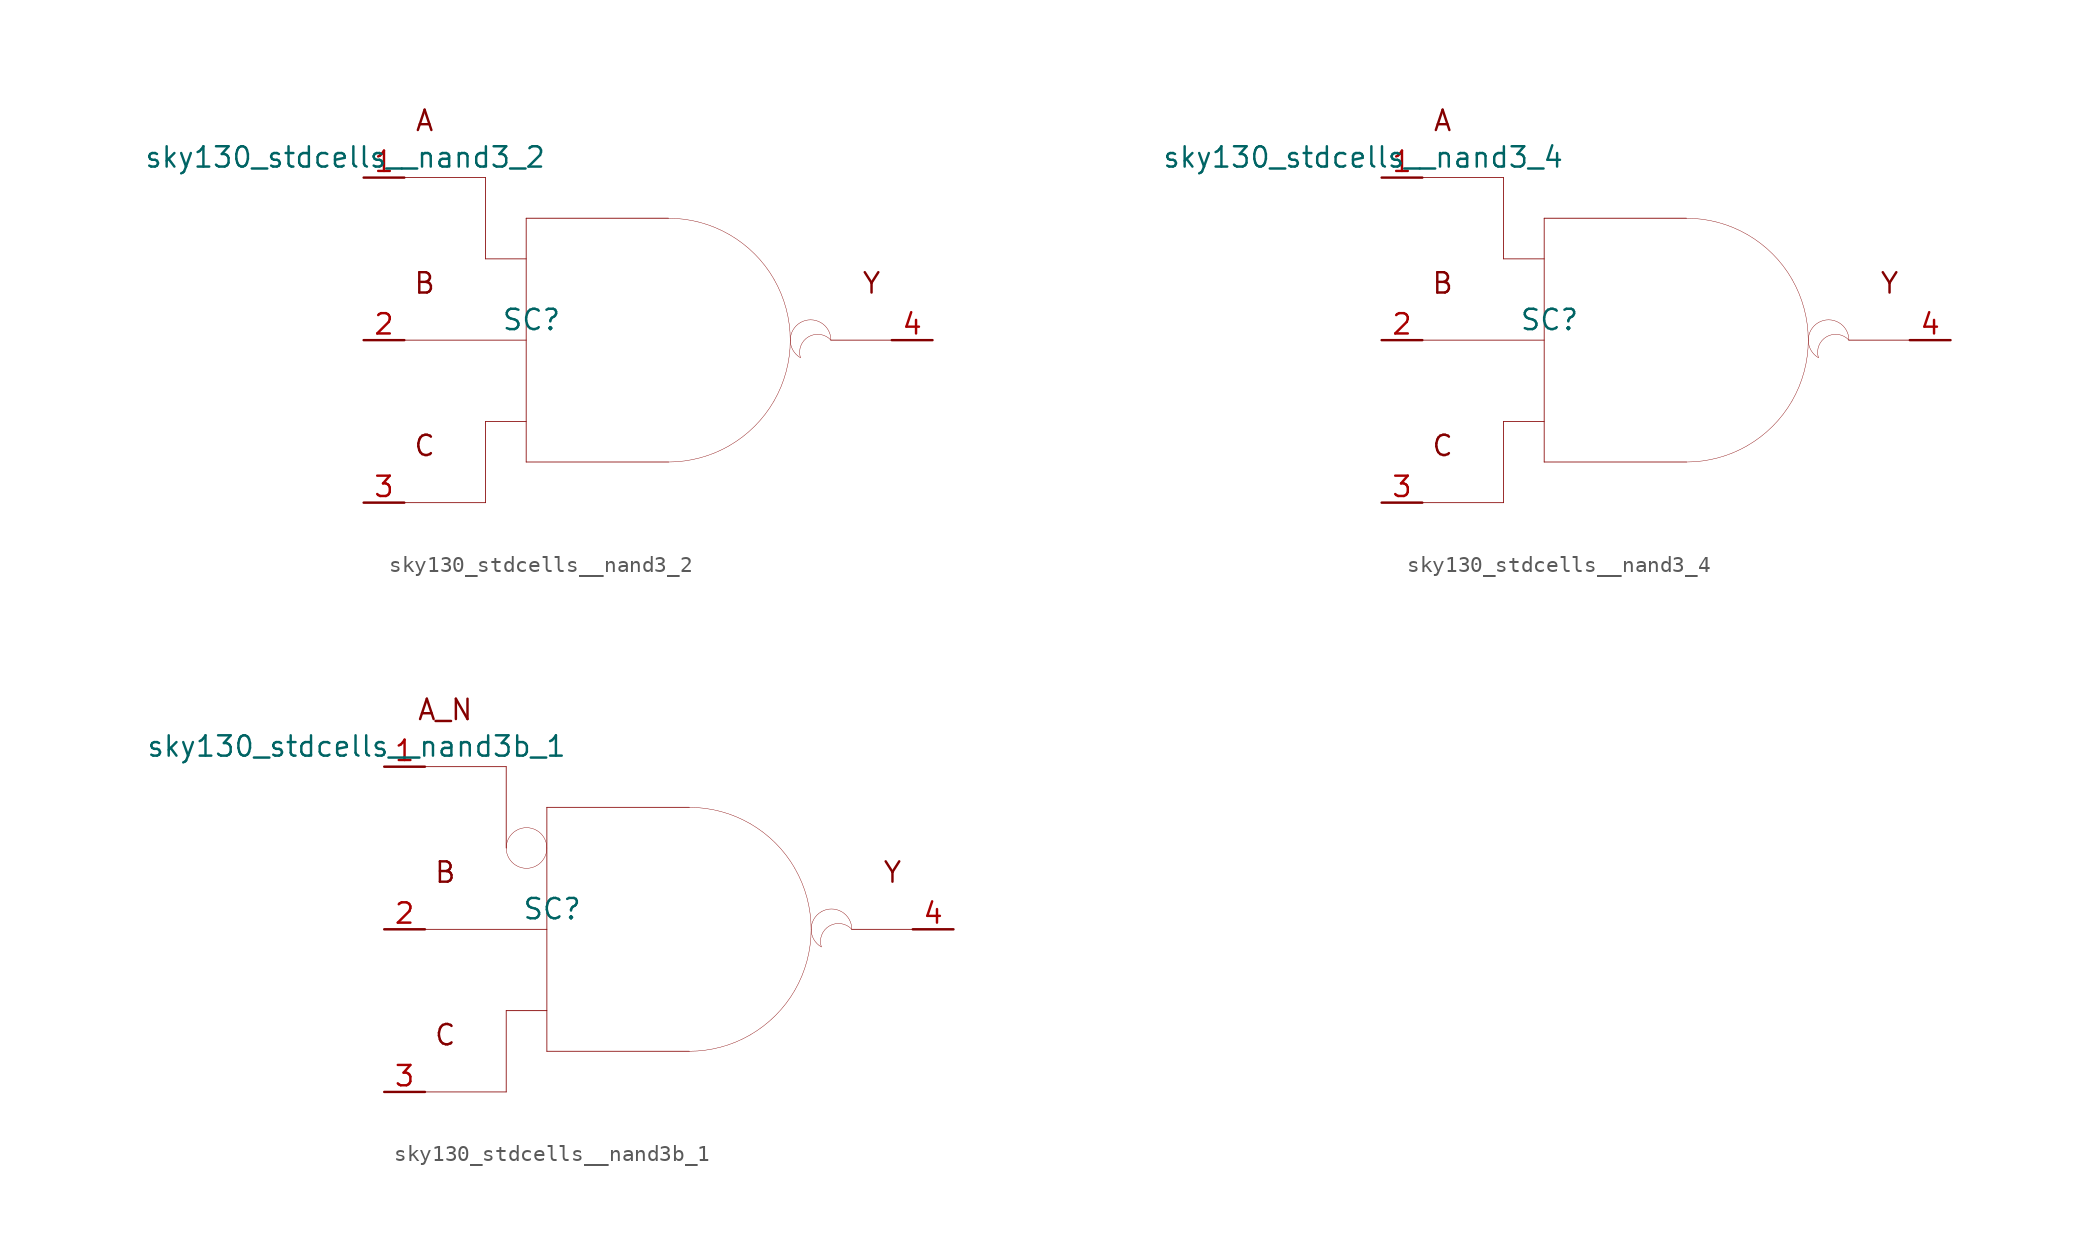
<source format=kicad_sym>
(kicad_symbol_lib
  (version 20211014)
  (generator kicad_symbol_editor)
  (symbol "sky130_stdcells__nand3_2"
    (pin_names hide)
    (property "Reference" "SC"
      (at -7.29 1.27 0)
      (effects (font (size 1.27 1.27))))
    (property "Value" "sky130_stdcells__nand3_2"
      (at -6.35 11.43 0)
      (effects (font (size 1.27 1.27)) (justify right)))
    (symbol "sky130_stdcells__nand3_2_0_0"
      (polyline (pts (xy -15.24 -10.16) (xy -10.16 -10.16)) (stroke (width 0.051) (type default) (color 0 0 0 0)) (fill (type none)))
      (polyline (pts (xy -15.24 0) (xy -7.62 0)) (stroke (width 0.051) (type default) (color 0 0 0 0)) (fill (type none)))
      (polyline (pts (xy -15.24 10.16) (xy -10.16 10.16)) (stroke (width 0.051) (type default) (color 0 0 0 0)) (fill (type none)))
      (polyline (pts (xy -10.16 -5.08) (xy -10.16 -10.16)) (stroke (width 0.051) (type default) (color 0 0 0 0)) (fill (type none)))
      (polyline (pts (xy -10.16 -5.08) (xy -7.62 -5.08)) (stroke (width 0.051) (type default) (color 0 0 0 0)) (fill (type none)))
      (polyline (pts (xy -10.16 5.08) (xy -7.62 5.08)) (stroke (width 0.051) (type default) (color 0 0 0 0)) (fill (type none)))
      (polyline (pts (xy -10.16 10.16) (xy -10.16 5.08)) (stroke (width 0.051) (type default) (color 0 0 0 0)) (fill (type none)))
      (polyline (pts (xy -7.62 -7.62) (xy 1.27 -7.62)) (stroke (width 0.051) (type default) (color 0 0 0 0)) (fill (type none)))
      (polyline (pts (xy -7.62 7.62) (xy -7.62 -7.62)) (stroke (width 0.051) (type default) (color 0 0 0 0)) (fill (type none)))
      (polyline (pts (xy -7.62 7.62) (xy 1.27 7.62)) (stroke (width 0.051) (type default) (color 0 0 0 0)) (fill (type none)))
      (polyline (pts (xy 11.43 0) (xy 15.24 0)) (stroke (width 0.051) (type default) (color 0 0 0 0)) (fill (type none)))
      (arc (start 1.27 -7.62) (mid 3.2422 -7.3604) (end 5.08 -6.5991) (stroke (width 0.0254) (type default) (color 0 0 0 0)) (fill (type none)))
      (arc (start 5.08 -6.5991) (mid 6.6581 -5.3881) (end 7.8691 -3.81) (stroke (width 0.0254) (type default) (color 0 0 0 0)) (fill (type none)))
      (arc (start 5.08 6.5991) (mid 3.2422 7.3603) (end 1.27 7.62) (stroke (width 0.0254) (type default) (color 0 0 0 0)) (fill (type none)))
      (arc (start 7.8691 -3.81) (mid 8.6303 -1.9722) (end 8.89 0) (stroke (width 0.0254) (type default) (color 0 0 0 0)) (fill (type none)))
      (arc (start 7.8691 3.81) (mid 6.6581 5.3881) (end 5.08 6.5991) (stroke (width 0.0254) (type default) (color 0 0 0 0)) (fill (type none)))
      (arc (start 8.89 0) (mid 8.6304 1.9722) (end 7.8691 3.81) (stroke (width 0.0254) (type default) (color 0 0 0 0)) (fill (type none)))
      (arc (start 9.525 1.0999) (mid 8.89 0) (end 9.525 -1.0999) (stroke (width 0.0254) (type default) (color 0 0 0 0)) (fill (type none)))
      (arc (start 11.43 0) (mid 9.5731 0.4743) (end 9.525 -1.0999) (stroke (width 0.0254) (type default) (color 0 0 0 0)) (fill (type none)))
      (arc (start 11.43 0) (mid 10.795 1.0998) (end 9.525 1.0999) (stroke (width 0.0254) (type default) (color 0 0 0 0)) (fill (type none)))
      (text "A" (at -13.97 13.716 0) (effects (font (size 1.27 1.27))))
      (text "B" (at -13.97 3.556 0) (effects (font (size 1.27 1.27))))
      (text "C" (at -13.97 -6.604 0) (effects (font (size 1.27 1.27))))
      (text "Y" (at 13.97 3.556 0) (effects (font (size 1.27 1.27)))))
    (symbol "sky130_stdcells__nand3_2_1_1"
      (pin input line (at -17.78 10.16 0) (length 2.54) (name "A" (effects (font (size 1.092 1.092)))) (number "1" (effects (font (size 1.27 1.27)))))
      (pin input line (at -17.78 0 0) (length 2.54) (name "B" (effects (font (size 1.092 1.092)))) (number "2" (effects (font (size 1.27 1.27)))))
      (pin input line (at -17.78 -10.16 0) (length 2.54) (name "C" (effects (font (size 1.092 1.092)))) (number "3" (effects (font (size 1.27 1.27)))))
      (pin output line (at 17.78 0 180) (length 2.54) (name "Y" (effects (font (size 1.092 1.092)))) (number "4" (effects (font (size 1.27 1.27)))))))
  (symbol "sky130_stdcells__nand3_4"
    (pin_names hide)
    (property "Reference" "SC"
      (at -7.29 1.27 0)
      (effects (font (size 1.27 1.27))))
    (property "Value" "sky130_stdcells__nand3_4"
      (at -6.35 11.43 0)
      (effects (font (size 1.27 1.27)) (justify right)))
    (symbol "sky130_stdcells__nand3_4_0_0"
      (polyline (pts (xy -15.24 -10.16) (xy -10.16 -10.16)) (stroke (width 0.051) (type default) (color 0 0 0 0)) (fill (type none)))
      (polyline (pts (xy -15.24 0) (xy -7.62 0)) (stroke (width 0.051) (type default) (color 0 0 0 0)) (fill (type none)))
      (polyline (pts (xy -15.24 10.16) (xy -10.16 10.16)) (stroke (width 0.051) (type default) (color 0 0 0 0)) (fill (type none)))
      (polyline (pts (xy -10.16 -5.08) (xy -10.16 -10.16)) (stroke (width 0.051) (type default) (color 0 0 0 0)) (fill (type none)))
      (polyline (pts (xy -10.16 -5.08) (xy -7.62 -5.08)) (stroke (width 0.051) (type default) (color 0 0 0 0)) (fill (type none)))
      (polyline (pts (xy -10.16 5.08) (xy -7.62 5.08)) (stroke (width 0.051) (type default) (color 0 0 0 0)) (fill (type none)))
      (polyline (pts (xy -10.16 10.16) (xy -10.16 5.08)) (stroke (width 0.051) (type default) (color 0 0 0 0)) (fill (type none)))
      (polyline (pts (xy -7.62 -7.62) (xy 1.27 -7.62)) (stroke (width 0.051) (type default) (color 0 0 0 0)) (fill (type none)))
      (polyline (pts (xy -7.62 7.62) (xy -7.62 -7.62)) (stroke (width 0.051) (type default) (color 0 0 0 0)) (fill (type none)))
      (polyline (pts (xy -7.62 7.62) (xy 1.27 7.62)) (stroke (width 0.051) (type default) (color 0 0 0 0)) (fill (type none)))
      (polyline (pts (xy 11.43 0) (xy 15.24 0)) (stroke (width 0.051) (type default) (color 0 0 0 0)) (fill (type none)))
      (arc (start 1.27 -7.62) (mid 3.2422 -7.3604) (end 5.08 -6.5991) (stroke (width 0.0254) (type default) (color 0 0 0 0)) (fill (type none)))
      (arc (start 5.08 -6.5991) (mid 6.6581 -5.3881) (end 7.8691 -3.81) (stroke (width 0.0254) (type default) (color 0 0 0 0)) (fill (type none)))
      (arc (start 5.08 6.5991) (mid 3.2422 7.3603) (end 1.27 7.62) (stroke (width 0.0254) (type default) (color 0 0 0 0)) (fill (type none)))
      (arc (start 7.8691 -3.81) (mid 8.6303 -1.9722) (end 8.89 0) (stroke (width 0.0254) (type default) (color 0 0 0 0)) (fill (type none)))
      (arc (start 7.8691 3.81) (mid 6.6581 5.3881) (end 5.08 6.5991) (stroke (width 0.0254) (type default) (color 0 0 0 0)) (fill (type none)))
      (arc (start 8.89 0) (mid 8.6304 1.9722) (end 7.8691 3.81) (stroke (width 0.0254) (type default) (color 0 0 0 0)) (fill (type none)))
      (arc (start 9.525 1.0999) (mid 8.89 0) (end 9.525 -1.0999) (stroke (width 0.0254) (type default) (color 0 0 0 0)) (fill (type none)))
      (arc (start 11.43 0) (mid 9.5731 0.4743) (end 9.525 -1.0999) (stroke (width 0.0254) (type default) (color 0 0 0 0)) (fill (type none)))
      (arc (start 11.43 0) (mid 10.795 1.0998) (end 9.525 1.0999) (stroke (width 0.0254) (type default) (color 0 0 0 0)) (fill (type none)))
      (text "A" (at -13.97 13.716 0) (effects (font (size 1.27 1.27))))
      (text "B" (at -13.97 3.556 0) (effects (font (size 1.27 1.27))))
      (text "C" (at -13.97 -6.604 0) (effects (font (size 1.27 1.27))))
      (text "Y" (at 13.97 3.556 0) (effects (font (size 1.27 1.27)))))
    (symbol "sky130_stdcells__nand3_4_1_1"
      (pin input line (at -17.78 10.16 0) (length 2.54) (name "A" (effects (font (size 1.092 1.092)))) (number "1" (effects (font (size 1.27 1.27)))))
      (pin input line (at -17.78 0 0) (length 2.54) (name "B" (effects (font (size 1.092 1.092)))) (number "2" (effects (font (size 1.27 1.27)))))
      (pin input line (at -17.78 -10.16 0) (length 2.54) (name "C" (effects (font (size 1.092 1.092)))) (number "3" (effects (font (size 1.27 1.27)))))
      (pin output line (at 17.78 0 180) (length 2.54) (name "Y" (effects (font (size 1.092 1.092)))) (number "4" (effects (font (size 1.27 1.27)))))))
  (symbol "sky130_stdcells__nand3b_1"
    (pin_names hide)
    (property "Reference" "SC"
      (at -7.29 1.27 0)
      (effects (font (size 1.27 1.27))))
    (property "Value" "sky130_stdcells__nand3b_1"
      (at -6.35 11.43 0)
      (effects (font (size 1.27 1.27)) (justify right)))
    (symbol "sky130_stdcells__nand3b_1_0_0"
      (arc (start -10.16 5.08) (mid -9.9898 4.445) (end -9.525 3.9801) (stroke (width 0.0254) (type default) (color 0 0 0 0)) (fill (type none)))
      (arc (start -9.525 3.9801) (mid -8.89 3.81) (end -8.255 3.9801) (stroke (width 0.0254) (type default) (color 0 0 0 0)) (fill (type none)))
      (arc (start -9.525 6.1799) (mid -9.9899 5.715) (end -10.16 5.08) (stroke (width 0.0254) (type default) (color 0 0 0 0)) (fill (type none)))
      (arc (start -8.255 3.9801) (mid -7.7901 4.445) (end -7.62 5.08) (stroke (width 0.0254) (type default) (color 0 0 0 0)) (fill (type none)))
      (arc (start -8.255 6.1799) (mid -8.89 6.35) (end -9.525 6.1799) (stroke (width 0.0254) (type default) (color 0 0 0 0)) (fill (type none)))
      (arc (start -7.62 5.08) (mid -7.7902 5.715) (end -8.255 6.1799) (stroke (width 0.0254) (type default) (color 0 0 0 0)) (fill (type none)))
      (polyline (pts (xy -15.24 -10.16) (xy -10.16 -10.16)) (stroke (width 0.051) (type default) (color 0 0 0 0)) (fill (type none)))
      (polyline (pts (xy -15.24 0) (xy -7.62 0)) (stroke (width 0.051) (type default) (color 0 0 0 0)) (fill (type none)))
      (polyline (pts (xy -15.24 10.16) (xy -10.16 10.16)) (stroke (width 0.051) (type default) (color 0 0 0 0)) (fill (type none)))
      (polyline (pts (xy -10.16 -5.08) (xy -10.16 -10.16)) (stroke (width 0.051) (type default) (color 0 0 0 0)) (fill (type none)))
      (polyline (pts (xy -10.16 -5.08) (xy -7.62 -5.08)) (stroke (width 0.051) (type default) (color 0 0 0 0)) (fill (type none)))
      (polyline (pts (xy -10.16 10.16) (xy -10.16 5.08)) (stroke (width 0.051) (type default) (color 0 0 0 0)) (fill (type none)))
      (polyline (pts (xy -7.62 -7.62) (xy 1.27 -7.62)) (stroke (width 0.051) (type default) (color 0 0 0 0)) (fill (type none)))
      (polyline (pts (xy -7.62 7.62) (xy -7.62 -7.62)) (stroke (width 0.051) (type default) (color 0 0 0 0)) (fill (type none)))
      (polyline (pts (xy -7.62 7.62) (xy 1.27 7.62)) (stroke (width 0.051) (type default) (color 0 0 0 0)) (fill (type none)))
      (polyline (pts (xy 11.43 0) (xy 15.24 0)) (stroke (width 0.051) (type default) (color 0 0 0 0)) (fill (type none)))
      (arc (start 1.27 -7.62) (mid 3.2422 -7.3604) (end 5.08 -6.5991) (stroke (width 0.0254) (type default) (color 0 0 0 0)) (fill (type none)))
      (arc (start 5.08 -6.5991) (mid 6.6581 -5.3881) (end 7.8691 -3.81) (stroke (width 0.0254) (type default) (color 0 0 0 0)) (fill (type none)))
      (arc (start 5.08 6.5991) (mid 3.2422 7.3603) (end 1.27 7.62) (stroke (width 0.0254) (type default) (color 0 0 0 0)) (fill (type none)))
      (arc (start 7.8691 -3.81) (mid 8.6303 -1.9722) (end 8.89 0) (stroke (width 0.0254) (type default) (color 0 0 0 0)) (fill (type none)))
      (arc (start 7.8691 3.81) (mid 6.6581 5.3881) (end 5.08 6.5991) (stroke (width 0.0254) (type default) (color 0 0 0 0)) (fill (type none)))
      (arc (start 8.89 0) (mid 8.6304 1.9722) (end 7.8691 3.81) (stroke (width 0.0254) (type default) (color 0 0 0 0)) (fill (type none)))
      (arc (start 9.525 1.0999) (mid 8.89 0) (end 9.525 -1.0999) (stroke (width 0.0254) (type default) (color 0 0 0 0)) (fill (type none)))
      (arc (start 11.43 0) (mid 9.5731 0.4743) (end 9.525 -1.0999) (stroke (width 0.0254) (type default) (color 0 0 0 0)) (fill (type none)))
      (arc (start 11.43 0) (mid 10.795 1.0998) (end 9.525 1.0999) (stroke (width 0.0254) (type default) (color 0 0 0 0)) (fill (type none)))
      (text "A_N" (at -13.97 13.716 0) (effects (font (size 1.27 1.27))))
      (text "B" (at -13.97 3.556 0) (effects (font (size 1.27 1.27))))
      (text "C" (at -13.97 -6.604 0) (effects (font (size 1.27 1.27))))
      (text "Y" (at 13.97 3.556 0) (effects (font (size 1.27 1.27)))))
    (symbol "sky130_stdcells__nand3b_1_1_1"
      (pin input line (at -17.78 10.16 0) (length 2.54) (name "A_N" (effects (font (size 1.092 1.092)))) (number "1" (effects (font (size 1.27 1.27)))))
      (pin input line (at -17.78 0 0) (length 2.54) (name "B" (effects (font (size 1.092 1.092)))) (number "2" (effects (font (size 1.27 1.27)))))
      (pin input line (at -17.78 -10.16 0) (length 2.54) (name "C" (effects (font (size 1.092 1.092)))) (number "3" (effects (font (size 1.27 1.27)))))
      (pin output line (at 17.78 0 180) (length 2.54) (name "Y" (effects (font (size 1.092 1.092)))) (number "4" (effects (font (size 1.27 1.27))))))))
</source>
